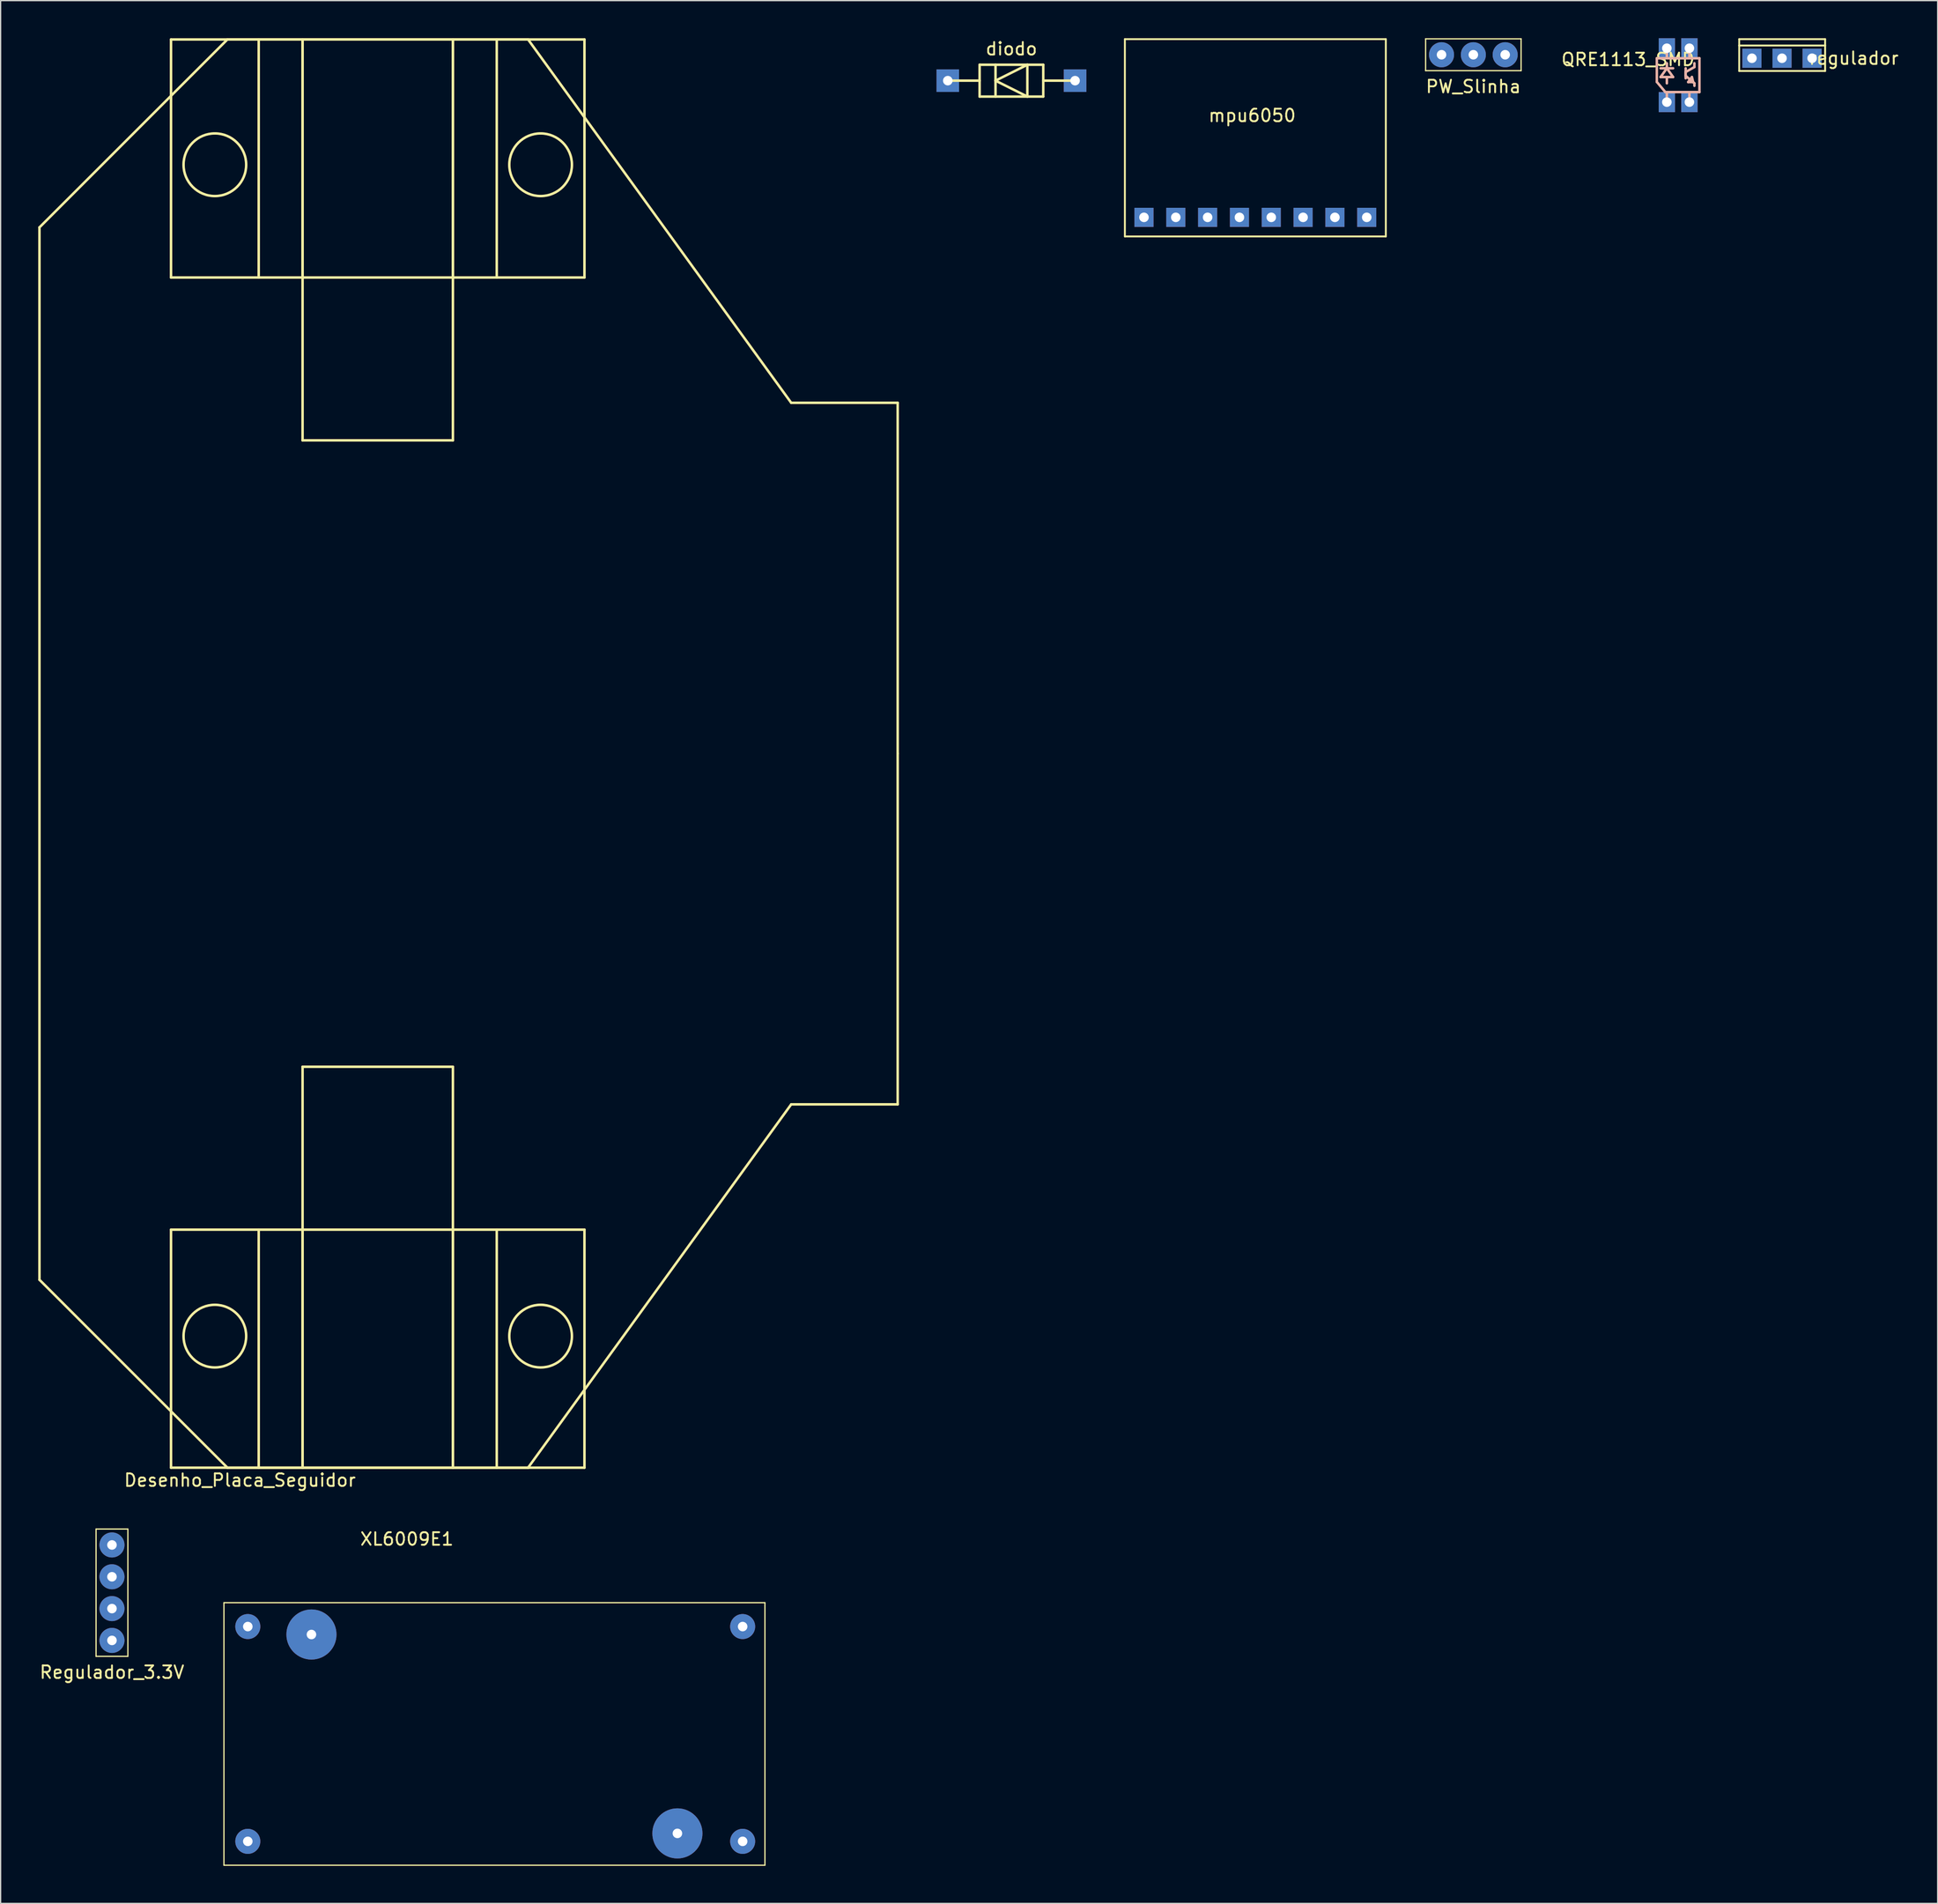
<source format=kicad_pcb>
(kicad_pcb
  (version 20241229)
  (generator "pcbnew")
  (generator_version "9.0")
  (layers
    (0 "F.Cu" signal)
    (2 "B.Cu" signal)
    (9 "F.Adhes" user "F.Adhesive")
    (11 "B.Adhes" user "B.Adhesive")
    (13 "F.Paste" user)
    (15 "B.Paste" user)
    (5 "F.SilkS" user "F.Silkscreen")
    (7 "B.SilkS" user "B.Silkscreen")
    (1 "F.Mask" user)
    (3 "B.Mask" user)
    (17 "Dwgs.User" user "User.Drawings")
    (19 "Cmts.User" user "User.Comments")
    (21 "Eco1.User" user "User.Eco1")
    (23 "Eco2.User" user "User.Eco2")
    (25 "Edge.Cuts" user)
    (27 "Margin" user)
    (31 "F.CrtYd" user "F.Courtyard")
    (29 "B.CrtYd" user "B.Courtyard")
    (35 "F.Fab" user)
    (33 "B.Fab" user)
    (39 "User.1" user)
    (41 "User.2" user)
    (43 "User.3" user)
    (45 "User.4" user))
  (footprint "PW_Slinha"
    (layer "F.Cu")
    (at 114.549 1.32)
    (property "Reference" "PW_Slinha" (at 0 2.54 0) (layer "F.SilkS") (effects (font (size 1 1) (thickness 0.15))))
    (attr through_hole)
    (fp_line (start -3.81 -1.27) (end 3.81 -1.27) (stroke (width 0.1) (type solid)) (layer "F.SilkS"))
    (fp_line (start -3.81 1.27) (end -3.81 -1.27) (stroke (width 0.1) (type solid)) (layer "F.SilkS"))
    (fp_line (start 3.81 -1.27) (end 3.81 1.27) (stroke (width 0.1) (type solid)) (layer "F.SilkS"))
    (fp_line (start 3.81 1.27) (end -3.81 1.27) (stroke (width 0.1) (type solid)) (layer "F.SilkS"))
    (pad "1" thru_hole circle (at -2.54 0) (size 2 2) (drill 0.762) (layers "*.Cu" "*.Mask"))
    (pad "2" thru_hole circle (at 0 0) (size 2 2) (drill 0.762) (layers "*.Cu" "*.Mask"))
    (pad "3" thru_hole circle (at 2.54 0) (size 2 2) (drill 0.762) (layers "*.Cu" "*.Mask")))
  (footprint "mpu6050"
    (layer "F.Cu")
    (at 88.259 14.299)
    (property "Reference" "mpu6050" (at 8.636 -8.128 0) (layer "F.SilkS") (effects (font (size 1 1) (thickness 0.15))))
    (attr through_hole)
    (fp_line (start -1.524 -14.224) (end -1.524 1.524) (stroke (width 0.15) (type solid)) (layer "F.SilkS"))
    (fp_line (start 19.304 -14.224) (end -1.524 -14.224) (stroke (width 0.15) (type solid)) (layer "F.SilkS"))
    (fp_line (start 19.304 1.524) (end -1.524 1.524) (stroke (width 0.15) (type solid)) (layer "F.SilkS"))
    (fp_line (start 19.304 1.524) (end 19.304 -14.224) (stroke (width 0.15) (type solid)) (layer "F.SilkS"))
    (pad "1" thru_hole rect (at 0 0) (size 1.524 1.524) (drill 0.762) (layers "*.Cu" "*.Mask"))
    (pad "2" thru_hole rect (at 2.54 0) (size 1.524 1.524) (drill 0.762) (layers "*.Cu" "*.Mask"))
    (pad "3" thru_hole rect (at 5.08 0) (size 1.524 1.524) (drill 0.762) (layers "*.Cu" "*.Mask"))
    (pad "4" thru_hole rect (at 7.62 0) (size 1.524 1.524) (drill 0.762) (layers "*.Cu" "*.Mask"))
    (pad "5" thru_hole rect (at 10.16 0) (size 1.524 1.524) (drill 0.762) (layers "*.Cu" "*.Mask"))
    (pad "6" thru_hole rect (at 12.7 0) (size 1.524 1.524) (drill 0.762) (layers "*.Cu" "*.Mask"))
    (pad "7" thru_hole rect (at 15.24 0) (size 1.524 1.524) (drill 0.762) (layers "*.Cu" "*.Mask"))
    (pad "8" thru_hole trapezoid (at 17.78 0) (size 1.524 1.524) (drill 0.762) (layers "*.Cu" "*.Mask")))
  (footprint "Desenho_Placa_Seguidor"
    (layer "F.Cu")
    (at 15.1 114.1)
    (property "Reference" "Desenho_Placa_Seguidor" (at 1 1 0) (layer "F.SilkS") (effects (font (size 1 1) (thickness 0.15))))
    (attr through_hole)
    (fp_line (start -15 -99) (end -15 -15) (stroke (width 0.2) (type solid)) (layer "F.SilkS"))
    (fp_line (start -15 -99) (end 0 -114) (stroke (width 0.2) (type solid)) (layer "F.SilkS"))
    (fp_line (start -15 -15) (end 0 0) (stroke (width 0.2) (type solid)) (layer "F.SilkS"))
    (fp_line (start -4.5 -114) (end 28.5 -114) (stroke (width 0.2) (type solid)) (layer "F.SilkS"))
    (fp_line (start -4.5 -95) (end -4.5 -114) (stroke (width 0.2) (type solid)) (layer "F.SilkS"))
    (fp_line (start -4.5 -19) (end 28.5 -19) (stroke (width 0.2) (type solid)) (layer "F.SilkS"))
    (fp_line (start -4.5 0) (end -4.5 -19) (stroke (width 0.2) (type solid)) (layer "F.SilkS"))
    (fp_line (start 0 -114) (end 24 -114) (stroke (width 0.2) (type solid)) (layer "F.SilkS"))
    (fp_line (start 0 0) (end 24 0) (stroke (width 0.2) (type solid)) (layer "F.SilkS"))
    (fp_line (start 2.5 -114) (end 2.5 -95) (stroke (width 0.2) (type solid)) (layer "F.SilkS"))
    (fp_line (start 2.5 -19) (end 2.5 0) (stroke (width 0.2) (type solid)) (layer "F.SilkS"))
    (fp_line (start 6 -114) (end 6 -95) (stroke (width 0.2) (type solid)) (layer "F.SilkS"))
    (fp_line (start 6 -82) (end 6 -114) (stroke (width 0.2) (type solid)) (layer "F.SilkS"))
    (fp_line (start 6 -82) (end 18 -82) (stroke (width 0.2) (type solid)) (layer "F.SilkS"))
    (fp_line (start 6 -32) (end 6 0) (stroke (width 0.2) (type solid)) (layer "F.SilkS"))
    (fp_line (start 6 -32) (end 18 -32) (stroke (width 0.2) (type solid)) (layer "F.SilkS"))
    (fp_line (start 6 -19) (end 6 0) (stroke (width 0.2) (type solid)) (layer "F.SilkS"))
    (fp_line (start 18 -95) (end 18 -114) (stroke (width 0.2) (type solid)) (layer "F.SilkS"))
    (fp_line (start 18 -82) (end 18 -114) (stroke (width 0.2) (type solid)) (layer "F.SilkS"))
    (fp_line (start 18 -32) (end 18 0) (stroke (width 0.2) (type solid)) (layer "F.SilkS"))
    (fp_line (start 18 0) (end 18 -19) (stroke (width 0.2) (type solid)) (layer "F.SilkS"))
    (fp_line (start 21.5 -95) (end 21.5 -114) (stroke (width 0.2) (type solid)) (layer "F.SilkS"))
    (fp_line (start 21.5 0) (end 21.5 -19) (stroke (width 0.2) (type solid)) (layer "F.SilkS"))
    (fp_line (start 28.5 -114) (end 28.5 -95) (stroke (width 0.2) (type solid)) (layer "F.SilkS"))
    (fp_line (start 28.5 -95) (end -4.5 -95) (stroke (width 0.2) (type solid)) (layer "F.SilkS"))
    (fp_line (start 28.5 -19) (end 28.5 0) (stroke (width 0.2) (type solid)) (layer "F.SilkS"))
    (fp_line (start 28.5 0) (end -4.5 0) (stroke (width 0.2) (type solid)) (layer "F.SilkS"))
    (fp_line (start 45 -85) (end 24 -114) (stroke (width 0.2) (type solid)) (layer "F.SilkS"))
    (fp_line (start 45 -29) (end 24 0) (stroke (width 0.2) (type solid)) (layer "F.SilkS"))
    (fp_line (start 53.5 -85) (end 45 -85) (stroke (width 0.2) (type solid)) (layer "F.SilkS"))
    (fp_line (start 53.5 -57) (end 53.5 -85) (stroke (width 0.2) (type solid)) (layer "F.SilkS"))
    (fp_line (start 53.5 -29) (end 45 -29) (stroke (width 0.2) (type solid)) (layer "F.SilkS"))
    (fp_line (start 53.5 -29) (end 53.5 -57) (stroke (width 0.2) (type solid)) (layer "F.SilkS"))
    (fp_circle (center -1 -104) (end -1 -106.5) (stroke (width 0.2) (type solid)) (fill no) (layer "F.SilkS"))
    (fp_circle (center -1 -10.5) (end -1 -13) (stroke (width 0.2) (type solid)) (fill no) (layer "F.SilkS"))
    (fp_circle (center 25 -104) (end 25 -106.5) (stroke (width 0.2) (type solid)) (fill no) (layer "F.SilkS"))
    (fp_circle (center 25 -10.5) (end 25 -13) (stroke (width 0.2) (type solid)) (fill no) (layer "F.SilkS")))
  (footprint "regulador"
    (layer "F.Cu")
    (at 136.785 1.599)
    (property "Reference" "regulador" (at 8.128 0 0) (layer "F.SilkS") (effects (font (size 1 1) (thickness 0.15))))
    (attr through_hole)
    (fp_line (start -1.016 -1.524) (end 5.842 -1.524) (stroke (width 0.15) (type solid)) (layer "F.SilkS"))
    (fp_line (start -1.016 -1.016) (end -1.016 -1.524) (stroke (width 0.15) (type solid)) (layer "F.SilkS"))
    (fp_line (start -1.016 -1.016) (end -1.016 1.016) (stroke (width 0.15) (type solid)) (layer "F.SilkS"))
    (fp_line (start -1.016 1.016) (end 5.842 1.016) (stroke (width 0.15) (type solid)) (layer "F.SilkS"))
    (fp_line (start 5.842 -1.524) (end 5.842 -1.016) (stroke (width 0.15) (type solid)) (layer "F.SilkS"))
    (fp_line (start 5.842 -1.016) (end -1.016 -1.016) (stroke (width 0.15) (type solid)) (layer "F.SilkS"))
    (fp_line (start 5.842 1.016) (end 5.842 -1.016) (stroke (width 0.15) (type solid)) (layer "F.SilkS"))
    (pad "1" thru_hole rect (at 0 0) (size 1.524 1.524) (drill 0.762) (layers "*.Cu" "*.Mask"))
    (pad "2" thru_hole rect (at 2.4 0) (size 1.524 1.524) (drill 0.762) (layers "*.Cu" "*.Mask"))
    (pad "3" thru_hole rect (at 4.801 0) (size 1.524 1.524) (drill 0.762) (layers "*.Cu" "*.Mask")))
  (footprint "diodo"
    (layer "F.Cu")
    (at 77.68 3.388)
    (property "Reference" "diodo" (at 0 -2.54 0) (layer "F.SilkS") (effects (font (size 1 1) (thickness 0.15))))
    (attr through_hole)
    (fp_line (start -2.54 -1.27) (end 2.54 -1.27) (stroke (width 0.2) (type solid)) (layer "F.SilkS"))
    (fp_line (start -2.54 0) (end -5.08 0) (stroke (width 0.2) (type solid)) (layer "F.SilkS"))
    (fp_line (start -2.54 1.27) (end -2.54 -1.27) (stroke (width 0.2) (type solid)) (layer "F.SilkS"))
    (fp_line (start -1.27 -1.27) (end -1.27 1.27) (stroke (width 0.2) (type solid)) (layer "F.SilkS"))
    (fp_line (start -1.27 0) (end 1.27 -1.27) (stroke (width 0.2) (type solid)) (layer "F.SilkS"))
    (fp_line (start 1.27 -1.27) (end 1.27 1.27) (stroke (width 0.2) (type solid)) (layer "F.SilkS"))
    (fp_line (start 1.27 1.27) (end -1.27 0) (stroke (width 0.2) (type solid)) (layer "F.SilkS"))
    (fp_line (start 2.54 -1.27) (end 2.54 1.27) (stroke (width 0.2) (type solid)) (layer "F.SilkS"))
    (fp_line (start 2.54 0) (end 5.08 0) (stroke (width 0.2) (type solid)) (layer "F.SilkS"))
    (fp_line (start 2.54 1.27) (end -2.54 1.27) (stroke (width 0.2) (type solid)) (layer "F.SilkS"))
    (pad "1" thru_hole rect (at 5.08 0) (size 1.8 1.8) (drill 0.762) (layers "*.Cu" "*.Mask"))
    (pad "2" thru_hole rect (at -5.08 0) (size 1.8 1.8) (drill 0.762) (layers "*.Cu" "*.Mask")))
  (footprint "Regulador_3.3V"
    (layer "F.Cu")
    (at 5.887 122.808)
    (property "Reference" "Regulador_3.3V" (at 0 7.62 0) (layer "F.SilkS") (effects (font (size 1 1) (thickness 0.15))))
    (attr through_hole)
    (fp_line (start -1.27 -3.81) (end 1.27 -3.81) (stroke (width 0.1) (type solid)) (layer "F.SilkS"))
    (fp_line (start -1.27 6.35) (end -1.27 -3.81) (stroke (width 0.1) (type solid)) (layer "F.SilkS"))
    (fp_line (start 1.27 -3.81) (end 1.27 6.35) (stroke (width 0.1) (type solid)) (layer "F.SilkS"))
    (fp_line (start 1.27 6.35) (end -1.27 6.35) (stroke (width 0.1) (type solid)) (layer "F.SilkS"))
    (pad "1" thru_hole circle (at 0 5.08) (size 2 2) (drill 0.762) (layers "*.Cu" "*.Mask"))
    (pad "2" thru_hole circle (at 0 2.54) (size 2 2) (drill 0.762) (layers "*.Cu" "*.Mask"))
    (pad "3" thru_hole circle (at 0 0) (size 2 2) (drill 0.762) (layers "*.Cu" "*.Mask"))
    (pad "4" thru_hole circle (at 0 -2.54) (size 2 2) (drill 0.762) (layers "*.Cu" "*.Mask")))
  (footprint "XL6009E1"
    (layer "F.Cu")
    (at 37.049 133.767)
    (property "Reference" "XL6009E1" (at -7.62 -13.97 0) (layer "F.SilkS") (effects (font (size 1 1) (thickness 0.15))))
    (attr through_hole)
    (fp_line (start -22.225 -8.89) (end 20.955 -8.89) (stroke (width 0.1) (type solid)) (layer "F.SilkS"))
    (fp_line (start -22.225 12.065) (end -22.225 -8.89) (stroke (width 0.1) (type solid)) (layer "F.SilkS"))
    (fp_line (start 20.955 -8.89) (end 20.955 12.065) (stroke (width 0.1) (type solid)) (layer "F.SilkS"))
    (fp_line (start 20.955 12.065) (end -22.225 12.065) (stroke (width 0.1) (type solid)) (layer "F.SilkS"))
    (pad "" thru_hole circle (at -15.24 -6.35) (size 4 4) (drill 0.762) (layers "*.Cu" "*.Mask"))
    (pad "" thru_hole circle (at 13.97 9.525) (size 4 4) (drill 0.762) (layers "*.Cu" "*.Mask"))
    (pad "1" thru_hole circle (at -20.32 10.16) (size 2 2) (drill 0.762) (layers "*.Cu" "*.Mask"))
    (pad "2" thru_hole circle (at -20.32 -6.985) (size 2 2) (drill 0.762) (layers "*.Cu" "*.Mask"))
    (pad "3" thru_hole circle (at 19.177 10.16) (size 2 2) (drill 0.762) (layers "*.Cu" "*.Mask"))
    (pad "4" thru_hole circle (at 19.177 -6.985) (size 2 2) (drill 0.762) (layers "*.Cu" "*.Mask")))
  (footprint "QRE1113_SMD"
    (layer "F.Cu")
    (at 129.194 1.6)
    (property "Reference" "QRE1113_SMD" (at -2.3 0.1 0) (layer "F.SilkS") (effects (font (size 1 1) (thickness 0.15))))
    (attr through_hole)
    (fp_line (start 0 0) (end 3.4 0) (stroke (width 0.2) (type solid)) (layer "B.SilkS"))
    (fp_line (start 0 1.89) (end 0 0) (stroke (width 0.2) (type solid)) (layer "B.SilkS"))
    (fp_line (start 0.3 1.5) (end 1.3 1.5) (stroke (width 0.2) (type solid)) (layer "B.SilkS"))
    (fp_line (start 0.68 2.7) (end 0 1.89) (stroke (width 0.2) (type solid)) (layer "B.SilkS"))
    (fp_line (start 0.8 0) (end 0.8 -0.8) (stroke (width 0.2) (type solid)) (layer "B.SilkS"))
    (fp_line (start 0.8 0.8) (end 0.3 1.5) (stroke (width 0.2) (type solid)) (layer "B.SilkS"))
    (fp_line (start 0.8 0.8) (end 0.8 0.4) (stroke (width 0.2) (type solid)) (layer "B.SilkS"))
    (fp_line (start 0.8 1.5) (end 0.8 2) (stroke (width 0.2) (type solid)) (layer "B.SilkS"))
    (fp_line (start 0.8 3.5) (end 0.8 2.7) (stroke (width 0.2) (type solid)) (layer "B.SilkS"))
    (fp_line (start 1.3 0.8) (end 0.3 0.8) (stroke (width 0.2) (type solid)) (layer "B.SilkS"))
    (fp_line (start 1.3 1.5) (end 0.8 0.8) (stroke (width 0.2) (type solid)) (layer "B.SilkS"))
    (fp_line (start 2.3 0.8) (end 2.3 1.6) (stroke (width 0.2) (type solid)) (layer "B.SilkS"))
    (fp_line (start 2.3 1.1) (end 3 0.7) (stroke (width 0.2) (type solid)) (layer "B.SilkS"))
    (fp_line (start 2.3 1.4) (end 2.3 1.1) (stroke (width 0.2) (type solid)) (layer "B.SilkS"))
    (fp_line (start 2.5 1.9) (end 2.8 1.5) (stroke (width 0.2) (type solid)) (layer "B.SilkS"))
    (fp_line (start 2.6 -0.8) (end 2.6 0) (stroke (width 0.2) (type solid)) (layer "B.SilkS"))
    (fp_line (start 2.6 3.5) (end 2.6 2.7) (stroke (width 0.2) (type solid)) (layer "B.SilkS"))
    (fp_line (start 2.8 1.5) (end 2.9 1.9) (stroke (width 0.2) (type solid)) (layer "B.SilkS"))
    (fp_line (start 2.9 1.9) (end 2.5 1.9) (stroke (width 0.2) (type solid)) (layer "B.SilkS"))
    (fp_line (start 3 0.7) (end 3 0.4) (stroke (width 0.2) (type solid)) (layer "B.SilkS"))
    (fp_line (start 3 2) (end 2.3 1.4) (stroke (width 0.2) (type solid)) (layer "B.SilkS"))
    (fp_line (start 3 2) (end 3 2.2) (stroke (width 0.2) (type solid)) (layer "B.SilkS"))
    (fp_line (start 3.4 0) (end 3.4 2.7) (stroke (width 0.2) (type solid)) (layer "B.SilkS"))
    (fp_line (start 3.4 2.7) (end 0.68 2.7) (stroke (width 0.2) (type solid)) (layer "B.SilkS"))
    (pad "1" thru_hole rect (at 0.8 3.5) (size 1.3 1.6) (drill 0.762) (layers "*.Cu" "*.Mask"))
    (pad "2" thru_hole rect (at 0.8 -0.8) (size 1.3 1.6) (drill 0.762) (layers "*.Cu" "*.Mask"))
    (pad "3" thru_hole rect (at 2.6 -0.8) (size 1.3 1.6) (drill 0.762) (layers "*.Cu" "*.Mask"))
    (pad "4" thru_hole rect (at 2.6 3.5) (size 1.3 1.6) (drill 0.762) (layers "*.Cu" "*.Mask")))
  (gr_rect
    (start -3 -3)
    (end 151.609 148.881)
    (stroke (width 0.1) (type default))
    (fill no)
    (layer "Edge.Cuts")))
</source>
